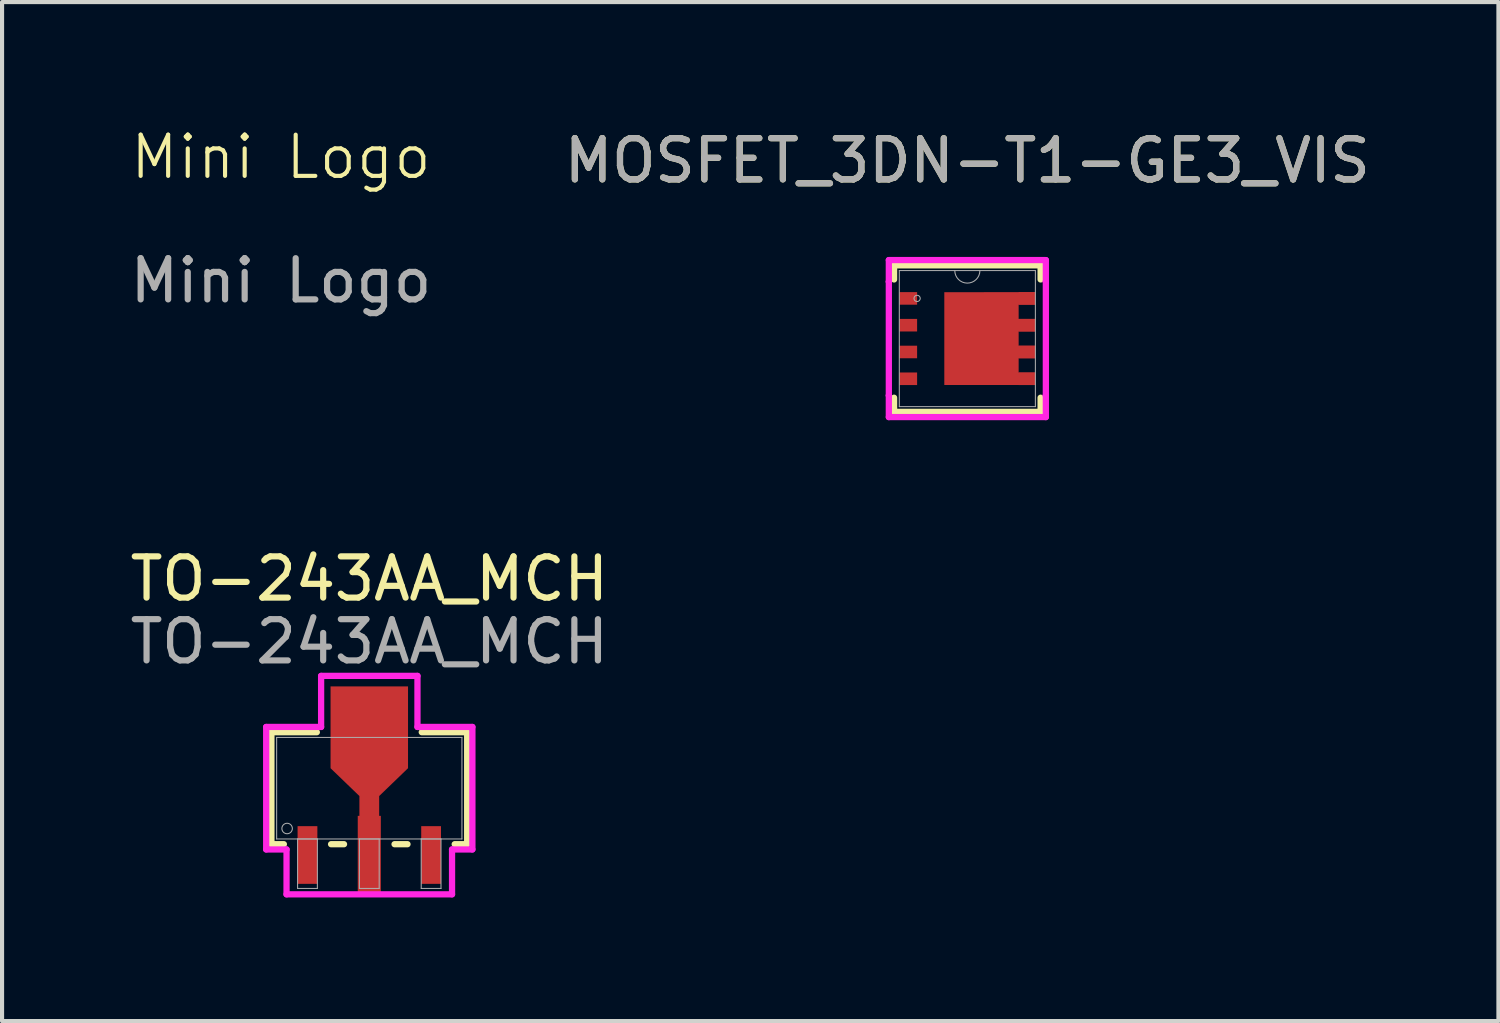
<source format=kicad_pcb>
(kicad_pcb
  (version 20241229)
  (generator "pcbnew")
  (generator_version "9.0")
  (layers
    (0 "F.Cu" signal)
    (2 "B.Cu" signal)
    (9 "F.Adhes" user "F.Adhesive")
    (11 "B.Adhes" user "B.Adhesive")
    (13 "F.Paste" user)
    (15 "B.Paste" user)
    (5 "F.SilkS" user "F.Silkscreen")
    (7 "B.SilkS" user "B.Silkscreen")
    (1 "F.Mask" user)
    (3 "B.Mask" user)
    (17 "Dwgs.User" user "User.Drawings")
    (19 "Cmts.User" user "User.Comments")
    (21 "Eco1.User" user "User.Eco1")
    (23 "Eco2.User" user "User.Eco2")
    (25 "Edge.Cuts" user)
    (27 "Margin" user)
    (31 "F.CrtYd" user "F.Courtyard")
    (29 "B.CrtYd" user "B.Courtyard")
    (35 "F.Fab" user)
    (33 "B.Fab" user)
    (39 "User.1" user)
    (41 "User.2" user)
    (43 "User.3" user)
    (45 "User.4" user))
  (footprint "TO-243AA_MCH"
    (layer "F.Cu")
    (at 5.911 16.076)
    (property "Reference" "TO-243AA_MCH" (at 0 -5.08 0) (unlocked yes) (layer "F.SilkS") (effects (font (size 1 1) (thickness 0.15))))
    (attr smd)
    (fp_poly (pts (xy -0.24 1.232) (xy -0.24 0.19) (xy -0.94 -0.485) (xy -0.94 -2.471) (xy -0.482 -2.471) (xy 0.482 -2.471) (xy 0.94 -2.471) (xy 0.94 -0.485) (xy 0.24 0.19) (xy 0.24 1.232)) (stroke (width 0) (type solid)) (fill yes) (layer "F.Cu"))
    (fp_poly (pts (xy -0.24 1.232) (xy -0.24 0.19) (xy -0.94 -0.485) (xy -0.94 -2.471) (xy 0.94 -2.471) (xy 0.94 -0.485) (xy 0.24 0.19) (xy 0.24 1.232)) (stroke (width 0) (type solid)) (fill yes) (layer "F.Mask"))
    (fp_line (start -2.375 -1.359) (end -2.375 1.359) (stroke (width 0.152) (type solid)) (layer "F.SilkS"))
    (fp_line (start -2.375 1.359) (end -2.073 1.359) (stroke (width 0.152) (type solid)) (layer "F.SilkS"))
    (fp_line (start -1.273 -1.359) (end -2.375 -1.359) (stroke (width 0.152) (type solid)) (layer "F.SilkS"))
    (fp_line (start -0.927 1.359) (end -0.613 1.359) (stroke (width 0.152) (type solid)) (layer "F.SilkS"))
    (fp_line (start 0.613 1.359) (end 0.927 1.359) (stroke (width 0.152) (type solid)) (layer "F.SilkS"))
    (fp_line (start 2.073 1.359) (end 2.375 1.359) (stroke (width 0.152) (type solid)) (layer "F.SilkS"))
    (fp_line (start 2.375 -1.359) (end 1.273 -1.359) (stroke (width 0.152) (type solid)) (layer "F.SilkS"))
    (fp_line (start 2.375 1.359) (end 2.375 -1.359) (stroke (width 0.152) (type solid)) (layer "F.SilkS"))
    (fp_poly (pts (xy -0.24 1.232) (xy -0.24 0.19) (xy -0.94 -0.485) (xy -0.94 -2.471) (xy 0.94 -2.471) (xy 0.94 -0.485) (xy 0.24 0.19) (xy 0.24 1.232)) (stroke (width 0) (type solid)) (fill yes) (layer "F.Paste"))
    (fp_line (start -2.502 -1.486) (end -1.169 -1.486) (stroke (width 0.152) (type solid)) (layer "F.CrtYd"))
    (fp_line (start -2.502 1.486) (end -2.502 -1.486) (stroke (width 0.152) (type solid)) (layer "F.CrtYd"))
    (fp_line (start -2.008 1.486) (end -2.502 1.486) (stroke (width 0.152) (type solid)) (layer "F.CrtYd"))
    (fp_line (start -2.008 2.575) (end -2.008 1.486) (stroke (width 0.152) (type solid)) (layer "F.CrtYd"))
    (fp_line (start -1.169 -2.725) (end 1.169 -2.725) (stroke (width 0.152) (type solid)) (layer "F.CrtYd"))
    (fp_line (start -1.169 -1.486) (end -1.169 -2.725) (stroke (width 0.152) (type solid)) (layer "F.CrtYd"))
    (fp_line (start 1.169 -2.725) (end 1.169 -1.486) (stroke (width 0.152) (type solid)) (layer "F.CrtYd"))
    (fp_line (start 1.169 -1.486) (end 2.502 -1.486) (stroke (width 0.152) (type solid)) (layer "F.CrtYd"))
    (fp_line (start 2.008 1.486) (end 2.008 2.575) (stroke (width 0.152) (type solid)) (layer "F.CrtYd"))
    (fp_line (start 2.008 2.575) (end -2.008 2.575) (stroke (width 0.152) (type solid)) (layer "F.CrtYd"))
    (fp_line (start 2.502 -1.486) (end 2.502 1.486) (stroke (width 0.152) (type solid)) (layer "F.CrtYd"))
    (fp_line (start 2.502 1.486) (end 2.008 1.486) (stroke (width 0.152) (type solid)) (layer "F.CrtYd"))
    (fp_line (start -2.248 -1.232) (end -2.248 1.232) (stroke (width 0.025) (type solid)) (layer "F.Fab"))
    (fp_line (start -2.248 1.232) (end 2.248 1.232) (stroke (width 0.025) (type solid)) (layer "F.Fab"))
    (fp_line (start -1.74 1.232) (end -1.74 2.432) (stroke (width 0.025) (type solid)) (layer "F.Fab"))
    (fp_line (start -1.74 2.432) (end -1.26 2.432) (stroke (width 0.025) (type solid)) (layer "F.Fab"))
    (fp_line (start -1.26 1.232) (end -1.74 1.232) (stroke (width 0.025) (type solid)) (layer "F.Fab"))
    (fp_line (start -1.26 2.432) (end -1.26 1.232) (stroke (width 0.025) (type solid)) (layer "F.Fab"))
    (fp_line (start -0.24 1.232) (end -0.24 2.432) (stroke (width 0.025) (type solid)) (layer "F.Fab"))
    (fp_line (start -0.24 2.432) (end 0.24 2.432) (stroke (width 0.025) (type solid)) (layer "F.Fab"))
    (fp_line (start 0.24 1.232) (end -0.24 1.232) (stroke (width 0.025) (type solid)) (layer "F.Fab"))
    (fp_line (start 0.24 2.432) (end 0.24 1.232) (stroke (width 0.025) (type solid)) (layer "F.Fab"))
    (fp_line (start 1.26 1.232) (end 1.26 2.432) (stroke (width 0.025) (type solid)) (layer "F.Fab"))
    (fp_line (start 1.26 2.432) (end 1.74 2.432) (stroke (width 0.025) (type solid)) (layer "F.Fab"))
    (fp_line (start 1.74 1.232) (end 1.26 1.232) (stroke (width 0.025) (type solid)) (layer "F.Fab"))
    (fp_line (start 1.74 2.432) (end 1.74 1.232) (stroke (width 0.025) (type solid)) (layer "F.Fab"))
    (fp_line (start 2.248 -1.232) (end -2.248 -1.232) (stroke (width 0.025) (type solid)) (layer "F.Fab"))
    (fp_line (start 2.248 1.232) (end 2.248 -1.232) (stroke (width 0.025) (type solid)) (layer "F.Fab"))
    (fp_circle (center -1.994 0.978) (end -1.867 0.978) (stroke (width 0.025) (type solid)) (fill no) (layer "F.Fab"))
    (fp_text user "${REFERENCE}" (at 0 -3.556 0) (unlocked yes) (layer "F.Fab") (effects (font (size 1 1) (thickness 0.15))))
    (pad "1" smd rect (at -1.5 1.621) (size 0.48 1.4) (layers "F.Cu" "F.Mask" "F.Paste"))
    (pad "2" smd rect (at 0 1.621) (size 0.56 1.9) (layers "F.Cu" "F.Mask" "F.Paste"))
    (pad "3" smd rect (at 1.5 1.621) (size 0.48 1.4) (layers "F.Cu" "F.Mask" "F.Paste")))
  (footprint "Mini Logo"
    (layer "F.Cu")
    (at 3.768 1.26)
    (property "Reference" "Mini Logo" (at 0 -0.5 0) (unlocked yes) (layer "F.SilkS") (effects (font (size 1 1) (thickness 0.1))))
    (fp_text user "${REFERENCE}" (at 0 2.5 0) (unlocked yes) (layer "F.Fab") (effects (font (size 1 1) (thickness 0.15)))))
  (footprint "MOSFET_3DN-T1-GE3_VIS"
    (layer "F.Cu")
    (at 20.423 5.166)
    (property "Reference" "MOSFET_3DN-T1-GE3_VIS" (at 0 -4.318 0) (unlocked yes) (layer "F.SilkS") (effects (font (size 1 1) (thickness 0.15))))
    (attr smd)
    (fp_poly (pts (xy -0.559 -1.126) (xy 1.651 -1.127) (xy 1.651 -0.823) (xy 1.245 -0.823) (xy 1.245 -0.477) (xy 1.651 -0.477) (xy 1.651 -0.173) (xy 1.245 -0.173) (xy 1.245 0.173) (xy 1.651 0.173) (xy 1.651 0.477) (xy 1.245 0.477) (xy 1.245 0.823) (xy 1.651 0.823) (xy 1.651 1.127) (xy -0.559 1.126)) (stroke (width 0) (type solid)) (fill yes) (layer "F.Cu"))
    (fp_poly (pts (xy -0.559 -1.126) (xy 1.651 -1.127) (xy 1.651 -0.823) (xy 1.245 -0.823) (xy 1.245 -0.477) (xy 1.651 -0.477) (xy 1.651 -0.173) (xy 1.245 -0.173) (xy 1.245 0.173) (xy 1.651 0.173) (xy 1.651 0.477) (xy 1.245 0.477) (xy 1.245 0.823) (xy 1.651 0.823) (xy 1.651 1.127) (xy -0.559 1.126)) (stroke (width 0) (type solid)) (fill yes) (layer "F.Mask"))
    (fp_line (start -1.778 -1.778) (end -1.778 -1.435) (stroke (width 0.152) (type solid)) (layer "F.SilkS"))
    (fp_line (start -1.778 1.435) (end -1.778 1.778) (stroke (width 0.152) (type solid)) (layer "F.SilkS"))
    (fp_line (start -1.778 1.778) (end 1.778 1.778) (stroke (width 0.152) (type solid)) (layer "F.SilkS"))
    (fp_line (start 1.778 -1.778) (end -1.778 -1.778) (stroke (width 0.152) (type solid)) (layer "F.SilkS"))
    (fp_line (start 1.778 -1.435) (end 1.778 -1.778) (stroke (width 0.152) (type solid)) (layer "F.SilkS"))
    (fp_line (start 1.778 1.778) (end 1.778 1.435) (stroke (width 0.152) (type solid)) (layer "F.SilkS"))
    (fp_poly (pts (xy -0.559 -1.126) (xy 1.651 -1.127) (xy 1.651 -0.823) (xy 1.245 -0.823) (xy 1.245 -0.477) (xy 1.651 -0.477) (xy 1.651 -0.173) (xy 1.245 -0.173) (xy 1.245 0.173) (xy 1.651 0.173) (xy 1.651 0.477) (xy 1.245 0.477) (xy 1.245 0.823) (xy 1.651 0.823) (xy 1.651 1.127) (xy -0.559 1.126)) (stroke (width 0) (type solid)) (fill yes) (layer "F.Paste"))
    (fp_line (start -1.905 -1.905) (end 1.905 -1.905) (stroke (width 0.152) (type solid)) (layer "F.CrtYd"))
    (fp_line (start -1.905 -1.381) (end -1.905 -1.905) (stroke (width 0.152) (type solid)) (layer "F.CrtYd"))
    (fp_line (start -1.905 -1.381) (end -1.905 -1.381) (stroke (width 0.152) (type solid)) (layer "F.CrtYd"))
    (fp_line (start -1.905 1.381) (end -1.905 -1.381) (stroke (width 0.152) (type solid)) (layer "F.CrtYd"))
    (fp_line (start -1.905 1.381) (end -1.905 1.381) (stroke (width 0.152) (type solid)) (layer "F.CrtYd"))
    (fp_line (start -1.905 1.905) (end -1.905 1.381) (stroke (width 0.152) (type solid)) (layer "F.CrtYd"))
    (fp_line (start 1.905 -1.905) (end 1.905 -1.381) (stroke (width 0.152) (type solid)) (layer "F.CrtYd"))
    (fp_line (start 1.905 -1.381) (end 1.905 -1.381) (stroke (width 0.152) (type solid)) (layer "F.CrtYd"))
    (fp_line (start 1.905 -1.381) (end 1.905 1.381) (stroke (width 0.152) (type solid)) (layer "F.CrtYd"))
    (fp_line (start 1.905 1.381) (end 1.905 1.381) (stroke (width 0.152) (type solid)) (layer "F.CrtYd"))
    (fp_line (start 1.905 1.381) (end 1.905 1.905) (stroke (width 0.152) (type solid)) (layer "F.CrtYd"))
    (fp_line (start 1.905 1.905) (end -1.905 1.905) (stroke (width 0.152) (type solid)) (layer "F.CrtYd"))
    (fp_line (start -1.651 -1.651) (end -1.651 1.651) (stroke (width 0.025) (type solid)) (layer "F.Fab"))
    (fp_line (start -1.651 1.651) (end 1.651 1.651) (stroke (width 0.025) (type solid)) (layer "F.Fab"))
    (fp_line (start 1.651 -1.651) (end -1.651 -1.651) (stroke (width 0.025) (type solid)) (layer "F.Fab"))
    (fp_line (start 1.651 1.651) (end 1.651 -1.651) (stroke (width 0.025) (type solid)) (layer "F.Fab"))
    (fp_arc (start 0.3048 -1.651) (mid 0 -1.3462) (end -0.3048 -1.651) (stroke (width 0.0254) (type solid)) (layer "F.Fab"))
    (fp_circle (center -1.219 -0.975) (end -1.143 -0.975) (stroke (width 0.025) (type solid)) (fill no) (layer "F.Fab"))
    (fp_text user "${REFERENCE}" (at 0 -4.318 0) (unlocked yes) (layer "F.Fab") (effects (font (size 1 1) (thickness 0.15))))
    (pad "1" smd rect (at -1.435 -0.975) (size 0.432 0.305) (layers "F.Cu" "F.Mask" "F.Paste"))
    (pad "2" smd rect (at -1.435 -0.325) (size 0.432 0.305) (layers "F.Cu" "F.Mask" "F.Paste"))
    (pad "3" smd rect (at -1.435 0.325) (size 0.432 0.305) (layers "F.Cu" "F.Mask" "F.Paste"))
    (pad "4" smd rect (at -1.435 0.975) (size 0.432 0.305) (layers "F.Cu" "F.Mask" "F.Paste"))
    (pad "5" smd rect (at 1.448 0.975) (size 0.406 0.305) (layers "F.Cu" "F.Mask" "F.Paste"))
    (pad "6" smd rect (at 1.448 0.325) (size 0.406 0.305) (layers "F.Cu" "F.Mask" "F.Paste"))
    (pad "7" smd rect (at 1.448 -0.325) (size 0.406 0.305) (layers "F.Cu" "F.Mask" "F.Paste"))
    (pad "8" smd rect (at 1.448 -0.975) (size 0.406 0.305) (layers "F.Cu" "F.Mask" "F.Paste")))
  (gr_rect
    (start -3 -3)
    (end 33.31 21.727)
    (stroke (width 0.1) (type default))
    (fill no)
    (layer "Edge.Cuts")))
</source>
